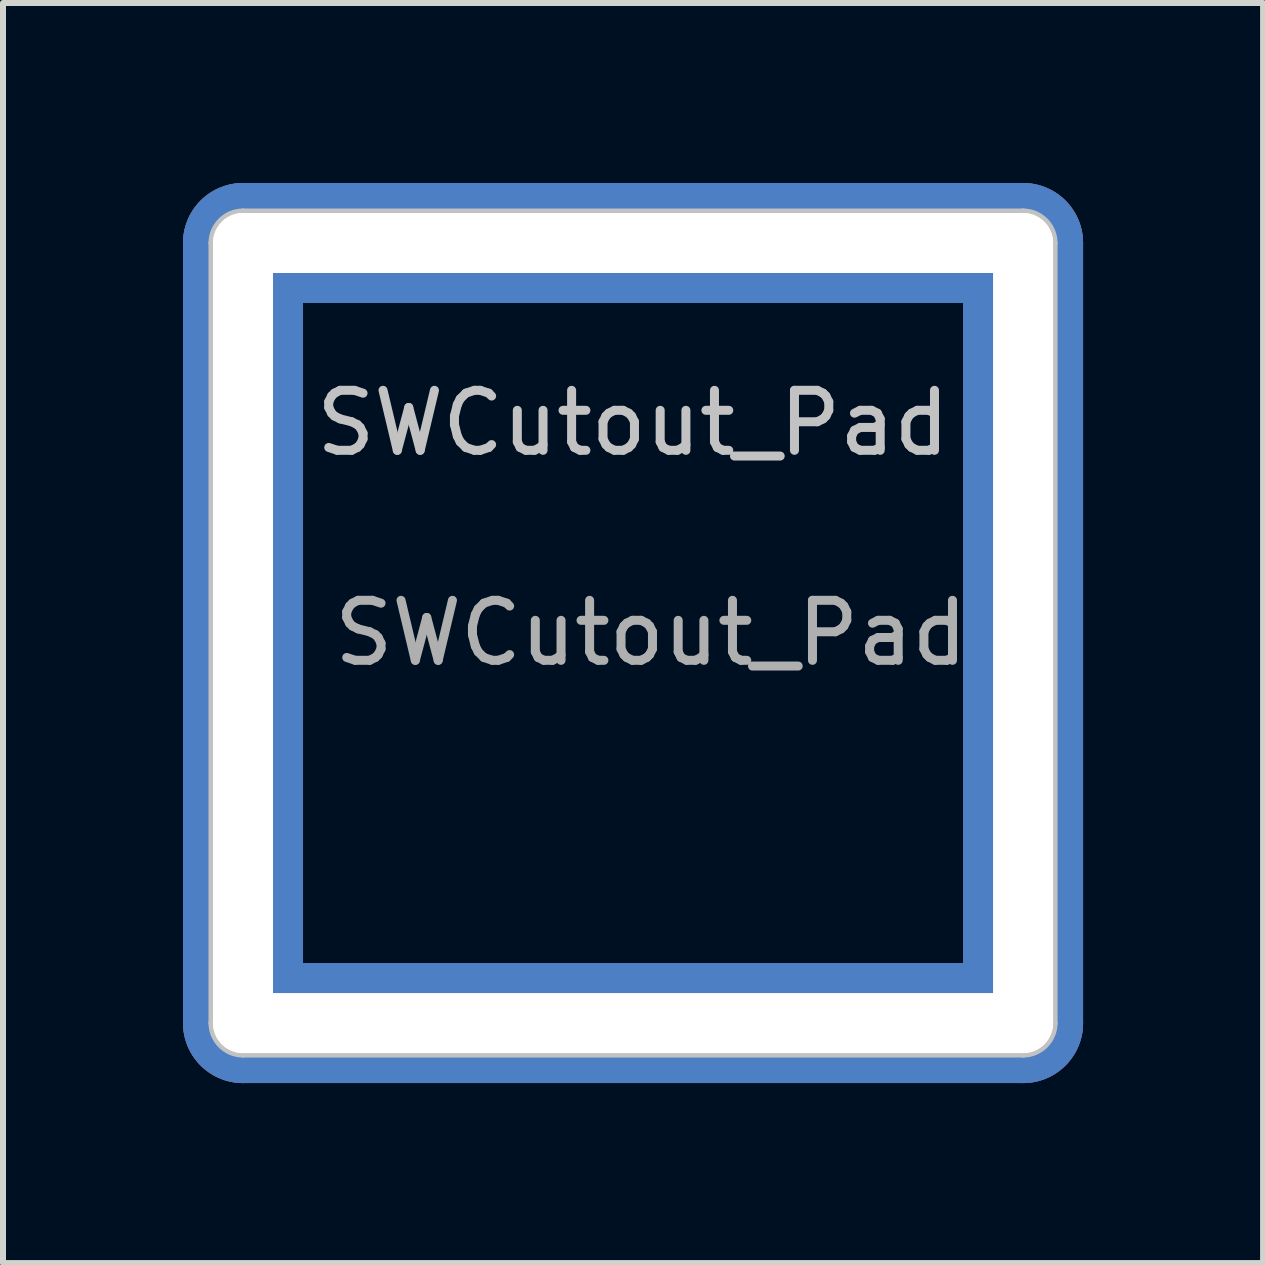
<source format=kicad_pcb>
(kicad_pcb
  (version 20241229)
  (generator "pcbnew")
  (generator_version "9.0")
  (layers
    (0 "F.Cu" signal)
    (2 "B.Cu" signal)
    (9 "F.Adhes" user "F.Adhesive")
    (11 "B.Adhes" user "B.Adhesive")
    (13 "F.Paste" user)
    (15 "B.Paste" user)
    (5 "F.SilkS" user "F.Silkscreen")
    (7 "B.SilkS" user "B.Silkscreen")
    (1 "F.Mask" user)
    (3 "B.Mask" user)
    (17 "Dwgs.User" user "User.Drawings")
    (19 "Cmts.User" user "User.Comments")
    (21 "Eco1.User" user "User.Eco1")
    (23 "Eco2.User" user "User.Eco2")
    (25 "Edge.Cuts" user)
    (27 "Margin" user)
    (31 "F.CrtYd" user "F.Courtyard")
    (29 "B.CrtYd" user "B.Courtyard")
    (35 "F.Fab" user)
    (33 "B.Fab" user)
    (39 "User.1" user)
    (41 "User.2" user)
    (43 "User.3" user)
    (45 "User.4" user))
  (footprint "SWCutout_Pad"
    (layer "F.Cu")
    (at 7.5 7.5)
    (property "Reference" "SWCutout_Pad" (at 0 -3.5 0) (layer "Dwgs.User") (effects (font (size 1 1) (thickness 0.15))))
    (attr exclude_from_pos_files exclude_from_bom)
    (fp_poly (pts (xy -6.025 -6.025) (xy -6.025 6.025) (xy 6.025 6.025) (xy 6.025 -6.025)) (stroke (width 0.1) (type solid)) (fill yes) (layer "F.Mask"))
    (fp_line (start -7 -6.5) (end -7 6.5) (stroke (width 0.15) (type solid)) (layer "Dwgs.User"))
    (fp_line (start -6.5 -7) (end 6.5 -7) (stroke (width 0.15) (type solid)) (layer "Dwgs.User"))
    (fp_line (start -6.5 7) (end 6.5 7) (stroke (width 0.15) (type solid)) (layer "Dwgs.User"))
    (fp_line (start 7 -6.5) (end 7 6.5) (stroke (width 0.15) (type solid)) (layer "Dwgs.User"))
    (fp_arc (start -7 -6.5) (mid -6.853553 -6.853553) (end -6.5 -7) (stroke (width 0.15) (type solid)) (layer "Dwgs.User"))
    (fp_arc (start -6.5 7) (mid -6.853553 6.853553) (end -7 6.5) (stroke (width 0.15) (type solid)) (layer "Dwgs.User"))
    (fp_arc (start 6.5 -7) (mid 6.853553 -6.853553) (end 7 -6.5) (stroke (width 0.15) (type solid)) (layer "Dwgs.User"))
    (fp_arc (start 7 6.5) (mid 6.853553 6.853553) (end 6.5 7) (stroke (width 0.15) (type solid)) (layer "Dwgs.User"))
    (fp_text user "${REFERENCE}" (at 0.3 0 0) (layer "F.Fab") (effects (font (size 1 1) (thickness 0.15))))
    (pad "1" thru_hole oval (at -6.5 0) (size 2 15) (drill oval 1 14) (layers "*.Cu" "*.Mask"))
    (pad "1" thru_hole oval (at 0 -6.5 90) (size 2 15) (drill oval 1 14) (layers "*.Cu" "*.Mask"))
    (pad "1" thru_hole oval (at 0 6.5 90) (size 2 15) (drill oval 1 14) (layers "*.Cu" "*.Mask"))
    (pad "1" thru_hole oval (at 6.5 0) (size 2 15) (drill oval 1 14) (layers "*.Cu" "*.Mask")))
  (gr_rect
    (start -3 -3)
    (end 18 18)
    (stroke (width 0.1) (type default))
    (fill no)
    (layer "Edge.Cuts")))
</source>
